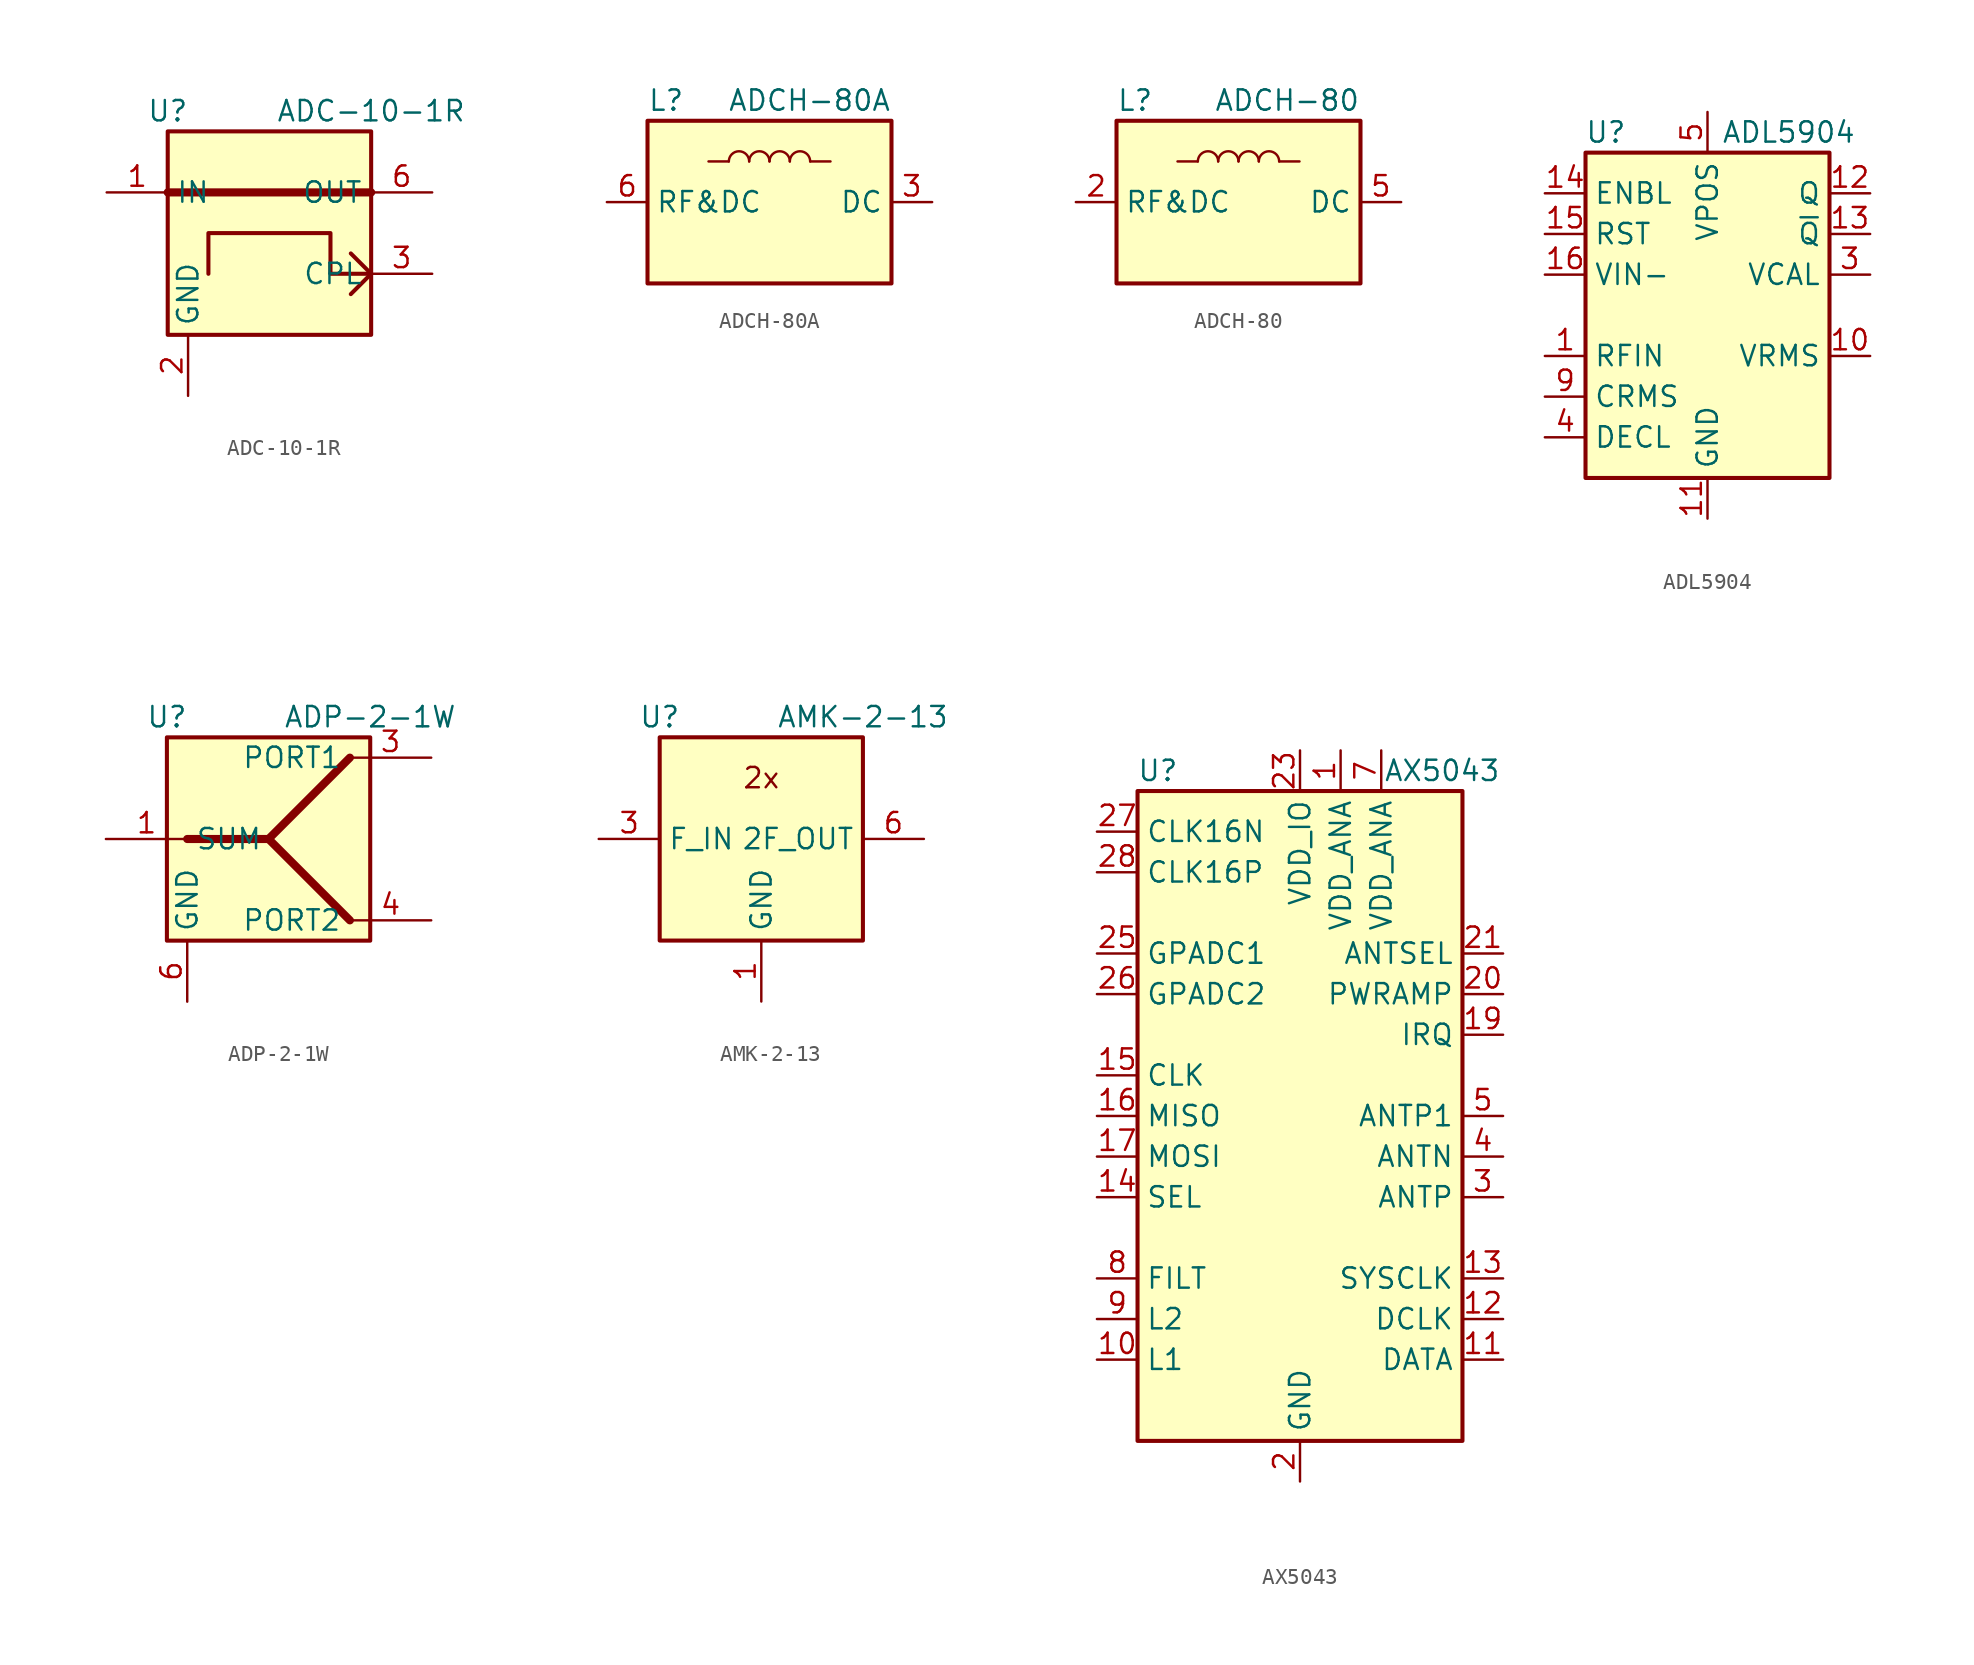
<source format=kicad_sym>
(kicad_symbol_lib
  (version 20241209)
  (generator "kicad_symbol_editor")
  (generator_version "9.0")
  (symbol "ADC-10-1R"
    (property "Reference" "U"
      (at -6.35 7.62 0)
      (effects (font (size 1.27 1.27))))
    (property "Value" "ADC-10-1R"
      (at 6.35 7.62 0)
      (effects (font (size 1.27 1.27))))
    (symbol "ADC-10-1R_0_1"
      (rectangle (start -6.35 6.35) (end 6.35 -6.35) (stroke (width 0.254) (type default)) (fill (type background)))
      (polyline (pts (xy -6.35 2.54) (xy 6.35 2.54)) (stroke (width 0.508) (type default)) (fill (type none)))
      (polyline (pts (xy 6.35 -2.54) (xy 5.08 -1.27)) (stroke (width 0.254) (type default)) (fill (type none)))
      (polyline (pts (xy 6.35 -2.54) (xy 5.08 -3.81)) (stroke (width 0.254) (type default)) (fill (type none)))
      (polyline (pts (xy 6.35 -2.54) (xy 3.81 -2.54) (xy 3.81 0) (xy -3.81 0) (xy -3.81 -2.54)) (stroke (width 0.254) (type default)) (fill (type none))))
    (symbol "ADC-10-1R_1_1"
      (pin input line (at -10.16 2.54 0) (length 3.81) (name "IN" (effects (font (size 1.27 1.27)))) (number "1" (effects (font (size 1.27 1.27)))))
      (pin power_in line (at -5.08 -10.16 90) (length 3.81) (name "GND" (effects (font (size 1.27 1.27)))) (number "2" (effects (font (size 1.27 1.27)))))
      (pin passive line (at -5.08 -10.16 90) (length 3.81) (hide yes) (name "GND" (effects (font (size 1.27 1.27)))) (number "5" (effects (font (size 1.27 1.27)))))
      (pin no_connect line (at 6.35 0 180) (length 3.81) (hide yes) (name "NC" (effects (font (size 1.27 1.27)))) (number "4" (effects (font (size 1.27 1.27)))))
      (pin output line (at 10.16 2.54 180) (length 3.81) (name "OUT" (effects (font (size 1.27 1.27)))) (number "6" (effects (font (size 1.27 1.27)))))
      (pin output line (at 10.16 -2.54 180) (length 3.81) (name "CPL" (effects (font (size 1.27 1.27)))) (number "3" (effects (font (size 1.27 1.27)))))))
  (symbol "ADCH-80A"
    (property "Reference" "L"
      (at -7.62 6.35 0)
      (effects (font (size 1.27 1.27)) (justify left)))
    (property "Value" "ADCH-80A"
      (at 7.62 6.35 0)
      (effects (font (size 1.27 1.27)) (justify right)))
    (symbol "ADCH-80A_1_1"
      (rectangle (start -7.62 5.08) (end 7.62 -5.08) (stroke (width 0.254) (type default)) (fill (type background)))
      (polyline (pts (xy -2.54 2.54) (xy -3.81 2.54)) (stroke (width 0) (type default)) (fill (type none)))
      (arc (start -2.54 2.54) (mid -1.905 3.1723) (end -1.27 2.54) (stroke (width 0) (type default)) (fill (type none)))
      (arc (start -1.27 2.54) (mid -0.635 3.1723) (end 0 2.54) (stroke (width 0) (type default)) (fill (type none)))
      (arc (start 0 2.54) (mid 0.635 3.1723) (end 1.27 2.54) (stroke (width 0) (type default)) (fill (type none)))
      (arc (start 1.27 2.54) (mid 1.905 3.1723) (end 2.54 2.54) (stroke (width 0) (type default)) (fill (type none)))
      (rectangle (start 2.54 2.54) (end 3.81 2.54) (stroke (width 0) (type default)) (fill (type none)))
      (pin passive line (at -10.16 0 0) (length 2.54) (name "RF&DC" (effects (font (size 1.27 1.27)))) (number "6" (effects (font (size 1.27 1.27)))))
      (pin no_connect line (at -5.08 -5.08 90) (length 2.54) (hide yes) (name "NC" (effects (font (size 1.27 1.27)))) (number "1" (effects (font (size 1.27 1.27)))))
      (pin no_connect line (at -2.54 -5.08 90) (length 2.54) (hide yes) (name "NC" (effects (font (size 1.27 1.27)))) (number "2" (effects (font (size 1.27 1.27)))))
      (pin no_connect line (at 0 -5.08 90) (length 2.54) (hide yes) (name "NC" (effects (font (size 1.27 1.27)))) (number "4" (effects (font (size 1.27 1.27)))))
      (pin no_connect line (at 2.54 -5.08 90) (length 2.54) (hide yes) (name "NC" (effects (font (size 1.27 1.27)))) (number "5" (effects (font (size 1.27 1.27)))))
      (pin passive line (at 10.16 0 180) (length 2.54) (name "DC" (effects (font (size 1.27 1.27)))) (number "3" (effects (font (size 1.27 1.27)))))))
  (symbol "ADCH-80"
    (property "Reference" "L"
      (at -7.62 6.35 0)
      (effects (font (size 1.27 1.27)) (justify left)))
    (property "Value" "ADCH-80"
      (at 7.62 6.35 0)
      (effects (font (size 1.27 1.27)) (justify right)))
    (symbol "ADCH-80_0_1"
      (polyline (pts (xy -2.54 2.54) (xy -3.81 2.54)) (stroke (width 0) (type default)) (fill (type none)))
      (rectangle (start 2.54 2.54) (end 3.81 2.54) (stroke (width 0) (type default)) (fill (type none))))
    (symbol "ADCH-80_1_1"
      (rectangle (start -7.62 5.08) (end 7.62 -5.08) (stroke (width 0.254) (type default)) (fill (type background)))
      (arc (start -2.54 2.54) (mid -1.905 3.1723) (end -1.27 2.54) (stroke (width 0) (type default)) (fill (type none)))
      (arc (start -1.27 2.54) (mid -0.635 3.1723) (end 0 2.54) (stroke (width 0) (type default)) (fill (type none)))
      (arc (start 0 2.54) (mid 0.635 3.1723) (end 1.27 2.54) (stroke (width 0) (type default)) (fill (type none)))
      (arc (start 1.27 2.54) (mid 1.905 3.1723) (end 2.54 2.54) (stroke (width 0) (type default)) (fill (type none)))
      (pin passive line (at -10.16 0 0) (length 2.54) (name "RF&DC" (effects (font (size 1.27 1.27)))) (number "2" (effects (font (size 1.27 1.27)))))
      (pin no_connect line (at -5.08 -5.08 90) (length 2.54) (hide yes) (name "NC" (effects (font (size 1.27 1.27)))) (number "1" (effects (font (size 1.27 1.27)))))
      (pin no_connect line (at -2.54 -5.08 90) (length 2.54) (hide yes) (name "NC" (effects (font (size 1.27 1.27)))) (number "3" (effects (font (size 1.27 1.27)))))
      (pin no_connect line (at 0 -5.08 90) (length 2.54) (hide yes) (name "NC" (effects (font (size 1.27 1.27)))) (number "4" (effects (font (size 1.27 1.27)))))
      (pin no_connect line (at 2.54 -5.08 90) (length 2.54) (hide yes) (name "NC" (effects (font (size 1.27 1.27)))) (number "6" (effects (font (size 1.27 1.27)))))
      (pin passive line (at 10.16 0 180) (length 2.54) (name "DC" (effects (font (size 1.27 1.27)))) (number "5" (effects (font (size 1.27 1.27)))))))
  (symbol "ADL5904"
    (property "Reference" "U"
      (at -6.35 11.43 0)
      (effects (font (size 1.27 1.27))))
    (property "Value" "ADL5904"
      (at 5.08 11.43 0)
      (effects (font (size 1.27 1.27))))
    (symbol "ADL5904_0_1"
      (rectangle (start -7.62 10.16) (end 7.62 -10.16) (stroke (width 0.254) (type default)) (fill (type background))))
    (symbol "ADL5904_1_1"
      (pin input line (at -10.16 7.62 0) (length 2.54) (name "ENBL" (effects (font (size 1.27 1.27)))) (number "14" (effects (font (size 1.27 1.27)))))
      (pin input line (at -10.16 5.08 0) (length 2.54) (name "RST" (effects (font (size 1.27 1.27)))) (number "15" (effects (font (size 1.27 1.27)))))
      (pin input line (at -10.16 2.54 0) (length 2.54) (name "VIN-" (effects (font (size 1.27 1.27)))) (number "16" (effects (font (size 1.27 1.27)))))
      (pin input line (at -10.16 -2.54 0) (length 2.54) (name "RFIN" (effects (font (size 1.27 1.27)))) (number "1" (effects (font (size 1.27 1.27)))))
      (pin passive line (at -10.16 -5.08 0) (length 2.54) (name "CRMS" (effects (font (size 1.27 1.27)))) (number "9" (effects (font (size 1.27 1.27)))))
      (pin passive line (at -10.16 -7.62 0) (length 2.54) (name "DECL" (effects (font (size 1.27 1.27)))) (number "4" (effects (font (size 1.27 1.27)))))
      (pin power_in line (at 0 12.7 270) (length 2.54) (name "VPOS" (effects (font (size 1.27 1.27)))) (number "5" (effects (font (size 1.27 1.27)))))
      (pin passive line (at 0 12.7 270) (length 2.54) (hide yes) (name "VPOS" (effects (font (size 1.27 1.27)))) (number "7" (effects (font (size 1.27 1.27)))))
      (pin power_in line (at 0 -12.7 90) (length 2.54) (name "GND" (effects (font (size 1.27 1.27)))) (number "11" (effects (font (size 1.27 1.27)))))
      (pin passive line (at 0 -12.7 90) (length 2.54) (hide yes) (name "GND" (effects (font (size 1.27 1.27)))) (number "17" (effects (font (size 1.27 1.27)))))
      (pin no_connect line (at 7.62 0 180) (length 2.54) (hide yes) (name "DNC" (effects (font (size 1.27 1.27)))) (number "2" (effects (font (size 1.27 1.27)))))
      (pin no_connect line (at 7.62 -5.08 180) (length 2.54) (hide yes) (name "DNC" (effects (font (size 1.27 1.27)))) (number "6" (effects (font (size 1.27 1.27)))))
      (pin no_connect line (at 7.62 -7.62 180) (length 2.54) (hide yes) (name "DNC" (effects (font (size 1.27 1.27)))) (number "8" (effects (font (size 1.27 1.27)))))
      (pin output line (at 10.16 7.62 180) (length 2.54) (name "Q" (effects (font (size 1.27 1.27)))) (number "12" (effects (font (size 1.27 1.27)))))
      (pin output line (at 10.16 5.08 180) (length 2.54) (name "~{Q}" (effects (font (size 1.27 1.27)))) (number "13" (effects (font (size 1.27 1.27)))))
      (pin output line (at 10.16 2.54 180) (length 2.54) (name "VCAL" (effects (font (size 1.27 1.27)))) (number "3" (effects (font (size 1.27 1.27)))))
      (pin output line (at 10.16 -2.54 180) (length 2.54) (name "VRMS" (effects (font (size 1.27 1.27)))) (number "10" (effects (font (size 1.27 1.27)))))))
  (symbol "ADP-2-1W"
    (property "Reference" "U"
      (at -6.35 7.62 0)
      (effects (font (size 1.27 1.27))))
    (property "Value" "ADP-2-1W"
      (at 6.35 7.62 0)
      (effects (font (size 1.27 1.27))))
    (symbol "ADP-2-1W_0_1"
      (rectangle (start -6.35 6.35) (end 6.35 -6.35) (stroke (width 0.254) (type default)) (fill (type background)))
      (polyline (pts (xy -5.08 0) (xy 0 0) (xy 5.08 5.08)) (stroke (width 0.508) (type default)) (fill (type none)))
      (polyline (pts (xy 0 0) (xy 5.08 -5.08)) (stroke (width 0.508) (type default)) (fill (type none))))
    (symbol "ADP-2-1W_1_1"
      (pin passive line (at -10.16 0 0) (length 5.08) (name "SUM" (effects (font (size 1.27 1.27)))) (number "1" (effects (font (size 1.27 1.27)))))
      (pin passive line (at -5.08 -10.16 90) (length 3.81) (name "GND" (effects (font (size 1.27 1.27)))) (number "6" (effects (font (size 1.27 1.27)))))
      (pin no_connect line (at 5.08 2.54 180) (length 5.08) (hide yes) (name "NC" (effects (font (size 1.27 1.27)))) (number "2" (effects (font (size 1.27 1.27)))))
      (pin no_connect line (at 5.08 -2.54 180) (length 5.08) (hide yes) (name "NC" (effects (font (size 1.27 1.27)))) (number "5" (effects (font (size 1.27 1.27)))))
      (pin passive line (at 10.16 5.08 180) (length 5.08) (name "PORT1" (effects (font (size 1.27 1.27)))) (number "3" (effects (font (size 1.27 1.27)))))
      (pin passive line (at 10.16 -5.08 180) (length 5.08) (name "PORT2" (effects (font (size 1.27 1.27)))) (number "4" (effects (font (size 1.27 1.27)))))))
  (symbol "AMK-2-13"
    (property "Reference" "U"
      (at -6.35 7.62 0)
      (effects (font (size 1.27 1.27))))
    (property "Value" "AMK-2-13"
      (at 6.35 7.62 0)
      (effects (font (size 1.27 1.27))))
    (symbol "AMK-2-13_0_0"
      (text "2x" (at 0 3.81 0) (effects (font (size 1.27 1.27)))))
    (symbol "AMK-2-13_0_1"
      (rectangle (start -6.35 6.35) (end 6.35 -6.35) (stroke (width 0.254) (type default)) (fill (type background))))
    (symbol "AMK-2-13_1_1"
      (pin input line (at -10.16 0 0) (length 3.81) (name "F_IN" (effects (font (size 1.27 1.27)))) (number "3" (effects (font (size 1.27 1.27)))))
      (pin no_connect line (at -6.35 -2.54 0) (length 2.54) (hide yes) (name "NC" (effects (font (size 1.27 1.27)))) (number "2" (effects (font (size 1.27 1.27)))))
      (pin power_in line (at 0 -10.16 90) (length 3.81) (name "GND" (effects (font (size 1.27 1.27)))) (number "1" (effects (font (size 1.27 1.27)))))
      (pin passive line (at 0 -10.16 90) (length 3.81) (hide yes) (name "GND" (effects (font (size 1.27 1.27)))) (number "4" (effects (font (size 1.27 1.27)))))
      (pin passive line (at 0 -10.16 90) (length 3.81) (hide yes) (name "GND" (effects (font (size 1.27 1.27)))) (number "5" (effects (font (size 1.27 1.27)))))
      (pin output line (at 10.16 0 180) (length 3.81) (name "2F_OUT" (effects (font (size 1.27 1.27)))) (number "6" (effects (font (size 1.27 1.27)))))))
  (symbol "AX5043"
    (property "Reference" "U"
      (at -8.89 21.59 0)
      (effects (font (size 1.27 1.27))))
    (property "Value" "AX5043"
      (at 8.89 21.59 0)
      (effects (font (size 1.27 1.27))))
    (symbol "AX5043_1_0"
      (rectangle (start -10.16 -20.32) (end 10.16 20.32) (stroke (width 0.254) (type default)) (fill (type background))))
    (symbol "AX5043_1_1"
      (pin input line (at -12.7 17.78 0) (length 2.54) (name "CLK16N" (effects (font (size 1.27 1.27)))) (number "27" (effects (font (size 1.27 1.27)))))
      (pin input line (at -12.7 15.24 0) (length 2.54) (name "CLK16P" (effects (font (size 1.27 1.27)))) (number "28" (effects (font (size 1.27 1.27)))))
      (pin input line (at -12.7 10.16 0) (length 2.54) (name "GPADC1" (effects (font (size 1.27 1.27)))) (number "25" (effects (font (size 1.27 1.27)))))
      (pin input line (at -12.7 7.62 0) (length 2.54) (name "GPADC2" (effects (font (size 1.27 1.27)))) (number "26" (effects (font (size 1.27 1.27)))))
      (pin input line (at -12.7 2.54 0) (length 2.54) (name "CLK" (effects (font (size 1.27 1.27)))) (number "15" (effects (font (size 1.27 1.27)))))
      (pin output line (at -12.7 0 0) (length 2.54) (name "MISO" (effects (font (size 1.27 1.27)))) (number "16" (effects (font (size 1.27 1.27)))))
      (pin input line (at -12.7 -2.54 0) (length 2.54) (name "MOSI" (effects (font (size 1.27 1.27)))) (number "17" (effects (font (size 1.27 1.27)))))
      (pin input line (at -12.7 -5.08 0) (length 2.54) (name "SEL" (effects (font (size 1.27 1.27)))) (number "14" (effects (font (size 1.27 1.27)))))
      (pin input line (at -12.7 -10.16 0) (length 2.54) (name "FILT" (effects (font (size 1.27 1.27)))) (number "8" (effects (font (size 1.27 1.27)))))
      (pin passive line (at -12.7 -12.7 0) (length 2.54) (name "L2" (effects (font (size 1.27 1.27)))) (number "9" (effects (font (size 1.27 1.27)))))
      (pin passive line (at -12.7 -15.24 0) (length 2.54) (name "L1" (effects (font (size 1.27 1.27)))) (number "10" (effects (font (size 1.27 1.27)))))
      (pin no_connect line (at -5.08 -20.32 90) (length 2.54) (hide yes) (name "NC" (effects (font (size 1.27 1.27)))) (number "24" (effects (font (size 1.27 1.27)))))
      (pin no_connect line (at -2.54 -20.32 90) (length 2.54) (hide yes) (name "NC" (effects (font (size 1.27 1.27)))) (number "18" (effects (font (size 1.27 1.27)))))
      (pin power_in line (at 0 22.86 270) (length 2.54) (name "VDD_IO" (effects (font (size 1.27 1.27)))) (number "23" (effects (font (size 1.27 1.27)))))
      (pin power_in line (at 0 -22.86 90) (length 2.54) (name "GND" (effects (font (size 1.27 1.27)))) (number "2" (effects (font (size 1.27 1.27)))))
      (pin passive line (at 0 -22.86 90) (length 2.54) (hide yes) (name "GND" (effects (font (size 1.27 1.27)))) (number "29" (effects (font (size 1.27 1.27)))))
      (pin passive line (at 0 -22.86 90) (length 2.54) (hide yes) (name "GND" (effects (font (size 1.27 1.27)))) (number "6" (effects (font (size 1.27 1.27)))))
      (pin power_out line (at 2.54 22.86 270) (length 2.54) (name "VDD_ANA" (effects (font (size 1.27 1.27)))) (number "1" (effects (font (size 1.27 1.27)))))
      (pin no_connect line (at 2.54 -20.32 90) (length 2.54) (hide yes) (name "NC" (effects (font (size 1.27 1.27)))) (number "22" (effects (font (size 1.27 1.27)))))
      (pin power_out line (at 5.08 22.86 270) (length 2.54) (name "VDD_ANA" (effects (font (size 1.27 1.27)))) (number "7" (effects (font (size 1.27 1.27)))))
      (pin bidirectional line (at 12.7 10.16 180) (length 2.54) (name "ANTSEL" (effects (font (size 1.27 1.27)))) (number "21" (effects (font (size 1.27 1.27)))))
      (pin bidirectional line (at 12.7 7.62 180) (length 2.54) (name "PWRAMP" (effects (font (size 1.27 1.27)))) (number "20" (effects (font (size 1.27 1.27)))))
      (pin output line (at 12.7 5.08 180) (length 2.54) (name "IRQ" (effects (font (size 1.27 1.27)))) (number "19" (effects (font (size 1.27 1.27)))))
      (pin output line (at 12.7 0 180) (length 2.54) (name "ANTP1" (effects (font (size 1.27 1.27)))) (number "5" (effects (font (size 1.27 1.27)))))
      (pin bidirectional line (at 12.7 -2.54 180) (length 2.54) (name "ANTN" (effects (font (size 1.27 1.27)))) (number "4" (effects (font (size 1.27 1.27)))))
      (pin bidirectional line (at 12.7 -5.08 180) (length 2.54) (name "ANTP" (effects (font (size 1.27 1.27)))) (number "3" (effects (font (size 1.27 1.27)))))
      (pin bidirectional line (at 12.7 -10.16 180) (length 2.54) (name "SYSCLK" (effects (font (size 1.27 1.27)))) (number "13" (effects (font (size 1.27 1.27)))))
      (pin bidirectional line (at 12.7 -12.7 180) (length 2.54) (name "DCLK" (effects (font (size 1.27 1.27)))) (number "12" (effects (font (size 1.27 1.27)))))
      (pin bidirectional line (at 12.7 -15.24 180) (length 2.54) (name "DATA" (effects (font (size 1.27 1.27)))) (number "11" (effects (font (size 1.27 1.27))))))))
</source>
